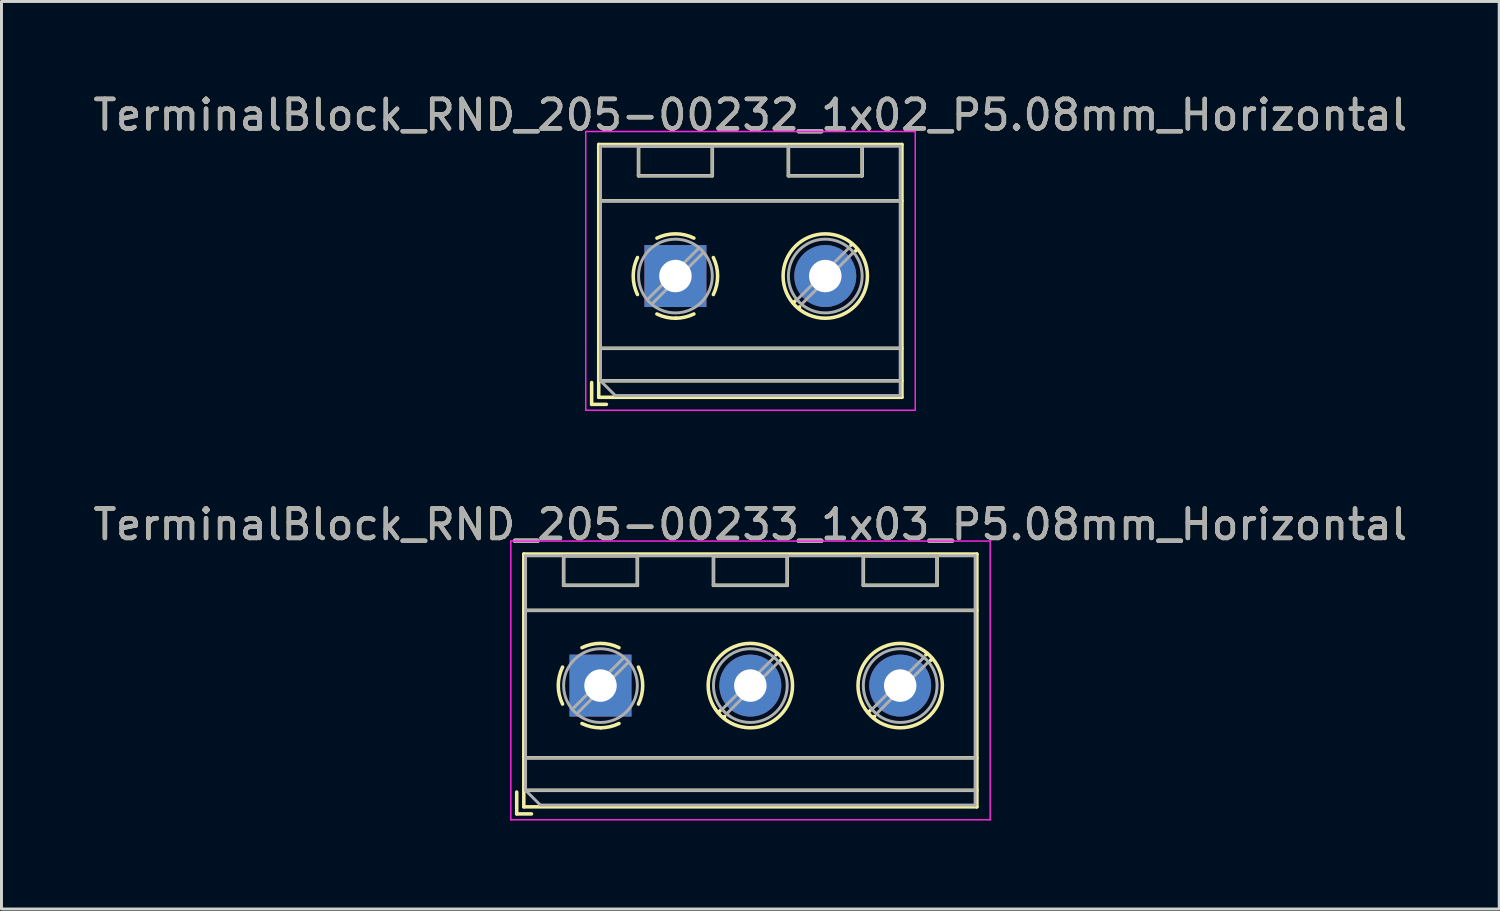
<source format=kicad_pcb>
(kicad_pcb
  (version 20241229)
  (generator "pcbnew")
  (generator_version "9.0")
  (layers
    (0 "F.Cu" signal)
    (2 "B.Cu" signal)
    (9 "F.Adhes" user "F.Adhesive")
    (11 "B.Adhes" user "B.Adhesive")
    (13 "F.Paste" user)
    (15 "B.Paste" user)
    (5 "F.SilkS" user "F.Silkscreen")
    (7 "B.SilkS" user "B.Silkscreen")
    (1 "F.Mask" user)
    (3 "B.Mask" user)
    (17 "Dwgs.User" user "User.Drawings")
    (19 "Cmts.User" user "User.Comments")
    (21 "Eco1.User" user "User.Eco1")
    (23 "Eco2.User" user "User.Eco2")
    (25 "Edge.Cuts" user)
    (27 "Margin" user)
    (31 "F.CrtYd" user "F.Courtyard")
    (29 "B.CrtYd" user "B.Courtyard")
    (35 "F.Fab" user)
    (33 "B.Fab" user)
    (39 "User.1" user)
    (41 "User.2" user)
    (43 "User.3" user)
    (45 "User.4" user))
  (footprint "TerminalBlock_RND_205-00233_1x03_P5.08mm_Horizontal"
    (layer "F.Cu")
    (at 17.307 20.192)
    (property "Reference" "TerminalBlock_RND_205-00233_1x03_P5.08mm_Horizontal" (at 5.08 -5.46 0) (layer "F.SilkS") (effects (font (size 1 1) (thickness 0.15))))
    (attr through_hole)
    (fp_line (start -2.84 3.61) (end -2.84 4.35) (stroke (width 0.12) (type solid)) (layer "F.SilkS"))
    (fp_line (start -2.84 4.35) (end -2.34 4.35) (stroke (width 0.12) (type solid)) (layer "F.SilkS"))
    (fp_line (start -2.6 -4.46) (end -2.6 4.11) (stroke (width 0.12) (type solid)) (layer "F.SilkS"))
    (fp_line (start -2.6 -4.46) (end 12.76 -4.46) (stroke (width 0.12) (type solid)) (layer "F.SilkS"))
    (fp_line (start -2.6 -2.55) (end 12.76 -2.55) (stroke (width 0.12) (type solid)) (layer "F.SilkS"))
    (fp_line (start -2.6 2.45) (end 12.76 2.45) (stroke (width 0.12) (type solid)) (layer "F.SilkS"))
    (fp_line (start -2.6 3.55) (end 12.76 3.55) (stroke (width 0.12) (type solid)) (layer "F.SilkS"))
    (fp_line (start -2.6 4.11) (end 12.76 4.11) (stroke (width 0.12) (type solid)) (layer "F.SilkS"))
    (fp_line (start -1.25 -4.4) (end -1.25 -3.4) (stroke (width 0.12) (type solid)) (layer "F.SilkS"))
    (fp_line (start -1.25 -4.4) (end 1.25 -4.4) (stroke (width 0.12) (type solid)) (layer "F.SilkS"))
    (fp_line (start -1.25 -3.4) (end 1.25 -3.4) (stroke (width 0.12) (type solid)) (layer "F.SilkS"))
    (fp_line (start 1.25 -4.4) (end 1.25 -3.4) (stroke (width 0.12) (type solid)) (layer "F.SilkS"))
    (fp_line (start 3.83 -4.4) (end 3.83 -3.4) (stroke (width 0.12) (type solid)) (layer "F.SilkS"))
    (fp_line (start 3.83 -4.4) (end 6.33 -4.4) (stroke (width 0.12) (type solid)) (layer "F.SilkS"))
    (fp_line (start 3.83 -3.4) (end 6.33 -3.4) (stroke (width 0.12) (type solid)) (layer "F.SilkS"))
    (fp_line (start 4.056 0.85) (end 3.996 0.91) (stroke (width 0.12) (type solid)) (layer "F.SilkS"))
    (fp_line (start 4.21 1.045) (end 4.17 1.085) (stroke (width 0.12) (type solid)) (layer "F.SilkS"))
    (fp_line (start 5.991 -1.085) (end 5.951 -1.045) (stroke (width 0.12) (type solid)) (layer "F.SilkS"))
    (fp_line (start 6.165 -0.91) (end 6.105 -0.851) (stroke (width 0.12) (type solid)) (layer "F.SilkS"))
    (fp_line (start 6.33 -4.4) (end 6.33 -3.4) (stroke (width 0.12) (type solid)) (layer "F.SilkS"))
    (fp_line (start 8.91 -4.4) (end 8.91 -3.4) (stroke (width 0.12) (type solid)) (layer "F.SilkS"))
    (fp_line (start 8.91 -4.4) (end 11.41 -4.4) (stroke (width 0.12) (type solid)) (layer "F.SilkS"))
    (fp_line (start 8.91 -3.4) (end 11.41 -3.4) (stroke (width 0.12) (type solid)) (layer "F.SilkS"))
    (fp_line (start 9.136 0.85) (end 9.076 0.91) (stroke (width 0.12) (type solid)) (layer "F.SilkS"))
    (fp_line (start 9.29 1.045) (end 9.25 1.085) (stroke (width 0.12) (type solid)) (layer "F.SilkS"))
    (fp_line (start 11.071 -1.085) (end 11.031 -1.045) (stroke (width 0.12) (type solid)) (layer "F.SilkS"))
    (fp_line (start 11.245 -0.91) (end 11.185 -0.851) (stroke (width 0.12) (type solid)) (layer "F.SilkS"))
    (fp_line (start 11.41 -4.4) (end 11.41 -3.4) (stroke (width 0.12) (type solid)) (layer "F.SilkS"))
    (fp_line (start 12.76 -4.46) (end 12.76 4.11) (stroke (width 0.12) (type solid)) (layer "F.SilkS"))
    (fp_arc (start -1.286611 0.626746) (mid -1.431146 -0.000697) (end -1.286 -0.628) (stroke (width 0.12) (type solid)) (layer "F.SilkS"))
    (fp_arc (start -0.627362 -1.285823) (mid -0.000201 -1.430707) (end 0.627 -1.286) (stroke (width 0.12) (type solid)) (layer "F.SilkS"))
    (fp_arc (start 0.02428 1.43094) (mid -0.310437 1.397071) (end -0.628 1.286) (stroke (width 0.12) (type solid)) (layer "F.SilkS"))
    (fp_arc (start 0.626871 1.285275) (mid 0.32168 1.393349) (end 0 1.43) (stroke (width 0.12) (type solid)) (layer "F.SilkS"))
    (fp_arc (start 1.285823 -0.627362) (mid 1.430707 -0.000201) (end 1.286 0.627) (stroke (width 0.12) (type solid)) (layer "F.SilkS"))
    (fp_circle (center 5.08 0) (end 6.51 0) (stroke (width 0.12) (type solid)) (fill no) (layer "F.SilkS"))
    (fp_circle (center 10.16 0) (end 11.59 0) (stroke (width 0.12) (type solid)) (fill no) (layer "F.SilkS"))
    (fp_line (start -3.04 -4.9) (end -3.04 4.55) (stroke (width 0.05) (type solid)) (layer "F.CrtYd"))
    (fp_line (start -3.04 4.55) (end 13.21 4.55) (stroke (width 0.05) (type solid)) (layer "F.CrtYd"))
    (fp_line (start 13.21 -4.9) (end -3.04 -4.9) (stroke (width 0.05) (type solid)) (layer "F.CrtYd"))
    (fp_line (start 13.21 4.55) (end 13.21 -4.9) (stroke (width 0.05) (type solid)) (layer "F.CrtYd"))
    (fp_line (start -2.54 -4.4) (end 12.7 -4.4) (stroke (width 0.1) (type solid)) (layer "F.Fab"))
    (fp_line (start -2.54 -2.55) (end 12.7 -2.55) (stroke (width 0.1) (type solid)) (layer "F.Fab"))
    (fp_line (start -2.54 2.45) (end 12.7 2.45) (stroke (width 0.1) (type solid)) (layer "F.Fab"))
    (fp_line (start -2.54 3.55) (end -2.54 -4.4) (stroke (width 0.1) (type solid)) (layer "F.Fab"))
    (fp_line (start -2.54 3.55) (end 12.7 3.55) (stroke (width 0.1) (type solid)) (layer "F.Fab"))
    (fp_line (start -2.04 4.05) (end -2.54 3.55) (stroke (width 0.1) (type solid)) (layer "F.Fab"))
    (fp_line (start -1.25 -4.4) (end -1.25 -3.4) (stroke (width 0.1) (type solid)) (layer "F.Fab"))
    (fp_line (start -1.25 -3.4) (end 1.25 -3.4) (stroke (width 0.1) (type solid)) (layer "F.Fab"))
    (fp_line (start 0.796 -0.948) (end -0.949 0.796) (stroke (width 0.1) (type solid)) (layer "F.Fab"))
    (fp_line (start 0.949 -0.796) (end -0.796 0.948) (stroke (width 0.1) (type solid)) (layer "F.Fab"))
    (fp_line (start 1.25 -4.4) (end -1.25 -4.4) (stroke (width 0.1) (type solid)) (layer "F.Fab"))
    (fp_line (start 1.25 -3.4) (end 1.25 -4.4) (stroke (width 0.1) (type solid)) (layer "F.Fab"))
    (fp_line (start 3.83 -4.4) (end 3.83 -3.4) (stroke (width 0.1) (type solid)) (layer "F.Fab"))
    (fp_line (start 3.83 -3.4) (end 6.33 -3.4) (stroke (width 0.1) (type solid)) (layer "F.Fab"))
    (fp_line (start 5.876 -0.948) (end 4.132 0.796) (stroke (width 0.1) (type solid)) (layer "F.Fab"))
    (fp_line (start 6.029 -0.796) (end 4.285 0.948) (stroke (width 0.1) (type solid)) (layer "F.Fab"))
    (fp_line (start 6.33 -4.4) (end 3.83 -4.4) (stroke (width 0.1) (type solid)) (layer "F.Fab"))
    (fp_line (start 6.33 -3.4) (end 6.33 -4.4) (stroke (width 0.1) (type solid)) (layer "F.Fab"))
    (fp_line (start 8.91 -4.4) (end 8.91 -3.4) (stroke (width 0.1) (type solid)) (layer "F.Fab"))
    (fp_line (start 8.91 -3.4) (end 11.41 -3.4) (stroke (width 0.1) (type solid)) (layer "F.Fab"))
    (fp_line (start 10.956 -0.948) (end 9.212 0.796) (stroke (width 0.1) (type solid)) (layer "F.Fab"))
    (fp_line (start 11.109 -0.796) (end 9.365 0.948) (stroke (width 0.1) (type solid)) (layer "F.Fab"))
    (fp_line (start 11.41 -4.4) (end 8.91 -4.4) (stroke (width 0.1) (type solid)) (layer "F.Fab"))
    (fp_line (start 11.41 -3.4) (end 11.41 -4.4) (stroke (width 0.1) (type solid)) (layer "F.Fab"))
    (fp_line (start 12.7 -4.4) (end 12.7 4.05) (stroke (width 0.1) (type solid)) (layer "F.Fab"))
    (fp_line (start 12.7 4.05) (end -2.04 4.05) (stroke (width 0.1) (type solid)) (layer "F.Fab"))
    (fp_circle (center 0 0) (end 1.25 0) (stroke (width 0.1) (type solid)) (fill no) (layer "F.Fab"))
    (fp_circle (center 5.08 0) (end 6.33 0) (stroke (width 0.1) (type solid)) (fill no) (layer "F.Fab"))
    (fp_circle (center 10.16 0) (end 11.41 0) (stroke (width 0.1) (type solid)) (fill no) (layer "F.Fab"))
    (fp_text user "${REFERENCE}" (at 5.08 -5.46 0) (layer "F.Fab") (effects (font (size 1 1) (thickness 0.15))))
    (pad "1" thru_hole rect (at 0 0) (size 2.1 2.1) (drill 1.1) (layers "*.Cu" "*.Mask"))
    (pad "2" thru_hole circle (at 5.08 0) (size 2.1 2.1) (drill 1.1) (layers "*.Cu" "*.Mask"))
    (pad "3" thru_hole circle (at 10.16 0) (size 2.1 2.1) (drill 1.1) (layers "*.Cu" "*.Mask")))
  (footprint "TerminalBlock_RND_205-00232_1x02_P5.08mm_Horizontal"
    (layer "F.Cu")
    (at 19.847 6.308)
    (property "Reference" "TerminalBlock_RND_205-00232_1x02_P5.08mm_Horizontal" (at 2.54 -5.46 0) (layer "F.SilkS") (effects (font (size 1 1) (thickness 0.15))))
    (attr through_hole)
    (fp_line (start -2.84 3.61) (end -2.84 4.35) (stroke (width 0.12) (type solid)) (layer "F.SilkS"))
    (fp_line (start -2.84 4.35) (end -2.34 4.35) (stroke (width 0.12) (type solid)) (layer "F.SilkS"))
    (fp_line (start -2.6 -4.46) (end -2.6 4.11) (stroke (width 0.12) (type solid)) (layer "F.SilkS"))
    (fp_line (start -2.6 -4.46) (end 7.68 -4.46) (stroke (width 0.12) (type solid)) (layer "F.SilkS"))
    (fp_line (start -2.6 -2.55) (end 7.68 -2.55) (stroke (width 0.12) (type solid)) (layer "F.SilkS"))
    (fp_line (start -2.6 2.45) (end 7.68 2.45) (stroke (width 0.12) (type solid)) (layer "F.SilkS"))
    (fp_line (start -2.6 3.55) (end 7.68 3.55) (stroke (width 0.12) (type solid)) (layer "F.SilkS"))
    (fp_line (start -2.6 4.11) (end 7.68 4.11) (stroke (width 0.12) (type solid)) (layer "F.SilkS"))
    (fp_line (start -1.25 -4.4) (end -1.25 -3.4) (stroke (width 0.12) (type solid)) (layer "F.SilkS"))
    (fp_line (start -1.25 -4.4) (end 1.25 -4.4) (stroke (width 0.12) (type solid)) (layer "F.SilkS"))
    (fp_line (start -1.25 -3.4) (end 1.25 -3.4) (stroke (width 0.12) (type solid)) (layer "F.SilkS"))
    (fp_line (start 1.25 -4.4) (end 1.25 -3.4) (stroke (width 0.12) (type solid)) (layer "F.SilkS"))
    (fp_line (start 3.83 -4.4) (end 3.83 -3.4) (stroke (width 0.12) (type solid)) (layer "F.SilkS"))
    (fp_line (start 3.83 -4.4) (end 6.33 -4.4) (stroke (width 0.12) (type solid)) (layer "F.SilkS"))
    (fp_line (start 3.83 -3.4) (end 6.33 -3.4) (stroke (width 0.12) (type solid)) (layer "F.SilkS"))
    (fp_line (start 4.056 0.85) (end 3.996 0.91) (stroke (width 0.12) (type solid)) (layer "F.SilkS"))
    (fp_line (start 4.21 1.045) (end 4.17 1.085) (stroke (width 0.12) (type solid)) (layer "F.SilkS"))
    (fp_line (start 5.991 -1.085) (end 5.951 -1.045) (stroke (width 0.12) (type solid)) (layer "F.SilkS"))
    (fp_line (start 6.165 -0.91) (end 6.105 -0.851) (stroke (width 0.12) (type solid)) (layer "F.SilkS"))
    (fp_line (start 6.33 -4.4) (end 6.33 -3.4) (stroke (width 0.12) (type solid)) (layer "F.SilkS"))
    (fp_line (start 7.68 -4.46) (end 7.68 4.11) (stroke (width 0.12) (type solid)) (layer "F.SilkS"))
    (fp_arc (start -1.286611 0.626746) (mid -1.431146 -0.000697) (end -1.286 -0.628) (stroke (width 0.12) (type solid)) (layer "F.SilkS"))
    (fp_arc (start -0.627362 -1.285823) (mid -0.000201 -1.430707) (end 0.627 -1.286) (stroke (width 0.12) (type solid)) (layer "F.SilkS"))
    (fp_arc (start 0.02428 1.43094) (mid -0.310437 1.397071) (end -0.628 1.286) (stroke (width 0.12) (type solid)) (layer "F.SilkS"))
    (fp_arc (start 0.626871 1.285275) (mid 0.32168 1.393349) (end 0 1.43) (stroke (width 0.12) (type solid)) (layer "F.SilkS"))
    (fp_arc (start 1.285823 -0.627362) (mid 1.430707 -0.000201) (end 1.286 0.627) (stroke (width 0.12) (type solid)) (layer "F.SilkS"))
    (fp_circle (center 5.08 0) (end 6.51 0) (stroke (width 0.12) (type solid)) (fill no) (layer "F.SilkS"))
    (fp_line (start -3.04 -4.9) (end -3.04 4.55) (stroke (width 0.05) (type solid)) (layer "F.CrtYd"))
    (fp_line (start -3.04 4.55) (end 8.13 4.55) (stroke (width 0.05) (type solid)) (layer "F.CrtYd"))
    (fp_line (start 8.13 -4.9) (end -3.04 -4.9) (stroke (width 0.05) (type solid)) (layer "F.CrtYd"))
    (fp_line (start 8.13 4.55) (end 8.13 -4.9) (stroke (width 0.05) (type solid)) (layer "F.CrtYd"))
    (fp_line (start -2.54 -4.4) (end 7.62 -4.4) (stroke (width 0.1) (type solid)) (layer "F.Fab"))
    (fp_line (start -2.54 -2.55) (end 7.62 -2.55) (stroke (width 0.1) (type solid)) (layer "F.Fab"))
    (fp_line (start -2.54 2.45) (end 7.62 2.45) (stroke (width 0.1) (type solid)) (layer "F.Fab"))
    (fp_line (start -2.54 3.55) (end -2.54 -4.4) (stroke (width 0.1) (type solid)) (layer "F.Fab"))
    (fp_line (start -2.54 3.55) (end 7.62 3.55) (stroke (width 0.1) (type solid)) (layer "F.Fab"))
    (fp_line (start -2.04 4.05) (end -2.54 3.55) (stroke (width 0.1) (type solid)) (layer "F.Fab"))
    (fp_line (start -1.25 -4.4) (end -1.25 -3.4) (stroke (width 0.1) (type solid)) (layer "F.Fab"))
    (fp_line (start -1.25 -3.4) (end 1.25 -3.4) (stroke (width 0.1) (type solid)) (layer "F.Fab"))
    (fp_line (start 0.796 -0.948) (end -0.949 0.796) (stroke (width 0.1) (type solid)) (layer "F.Fab"))
    (fp_line (start 0.949 -0.796) (end -0.796 0.948) (stroke (width 0.1) (type solid)) (layer "F.Fab"))
    (fp_line (start 1.25 -4.4) (end -1.25 -4.4) (stroke (width 0.1) (type solid)) (layer "F.Fab"))
    (fp_line (start 1.25 -3.4) (end 1.25 -4.4) (stroke (width 0.1) (type solid)) (layer "F.Fab"))
    (fp_line (start 3.83 -4.4) (end 3.83 -3.4) (stroke (width 0.1) (type solid)) (layer "F.Fab"))
    (fp_line (start 3.83 -3.4) (end 6.33 -3.4) (stroke (width 0.1) (type solid)) (layer "F.Fab"))
    (fp_line (start 5.876 -0.948) (end 4.132 0.796) (stroke (width 0.1) (type solid)) (layer "F.Fab"))
    (fp_line (start 6.029 -0.796) (end 4.285 0.948) (stroke (width 0.1) (type solid)) (layer "F.Fab"))
    (fp_line (start 6.33 -4.4) (end 3.83 -4.4) (stroke (width 0.1) (type solid)) (layer "F.Fab"))
    (fp_line (start 6.33 -3.4) (end 6.33 -4.4) (stroke (width 0.1) (type solid)) (layer "F.Fab"))
    (fp_line (start 7.62 -4.4) (end 7.62 4.05) (stroke (width 0.1) (type solid)) (layer "F.Fab"))
    (fp_line (start 7.62 4.05) (end -2.04 4.05) (stroke (width 0.1) (type solid)) (layer "F.Fab"))
    (fp_circle (center 0 0) (end 1.25 0) (stroke (width 0.1) (type solid)) (fill no) (layer "F.Fab"))
    (fp_circle (center 5.08 0) (end 6.33 0) (stroke (width 0.1) (type solid)) (fill no) (layer "F.Fab"))
    (fp_text user "${REFERENCE}" (at 2.54 -5.46 0) (layer "F.Fab") (effects (font (size 1 1) (thickness 0.15))))
    (pad "1" thru_hole rect (at 0 0) (size 2.1 2.1) (drill 1.1) (layers "*.Cu" "*.Mask"))
    (pad "2" thru_hole circle (at 5.08 0) (size 2.1 2.1) (drill 1.1) (layers "*.Cu" "*.Mask")))
  (gr_rect
    (start -3 -3)
    (end 47.774 27.767)
    (stroke (width 0.1) (type default))
    (fill no)
    (layer "Edge.Cuts")))
</source>
